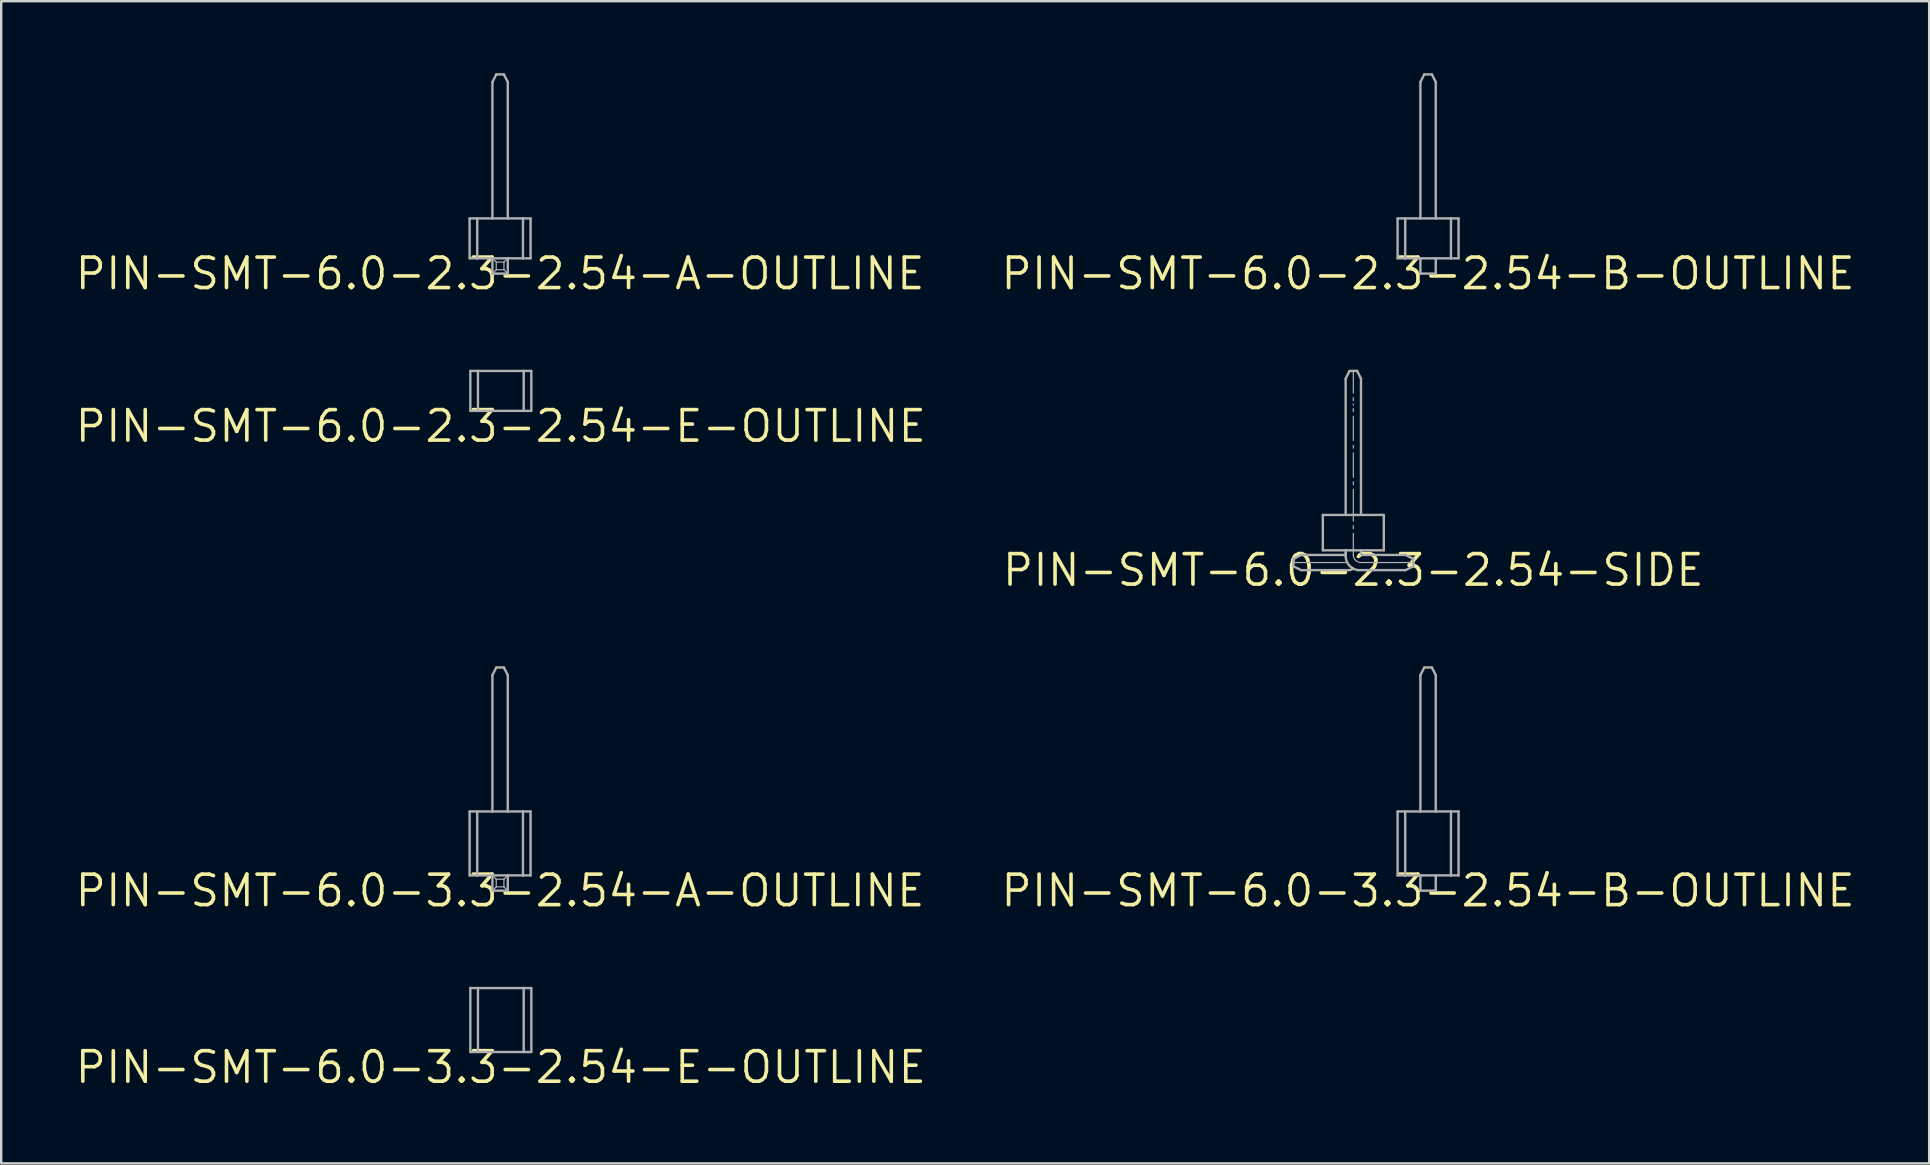
<source format=kicad_pcb>
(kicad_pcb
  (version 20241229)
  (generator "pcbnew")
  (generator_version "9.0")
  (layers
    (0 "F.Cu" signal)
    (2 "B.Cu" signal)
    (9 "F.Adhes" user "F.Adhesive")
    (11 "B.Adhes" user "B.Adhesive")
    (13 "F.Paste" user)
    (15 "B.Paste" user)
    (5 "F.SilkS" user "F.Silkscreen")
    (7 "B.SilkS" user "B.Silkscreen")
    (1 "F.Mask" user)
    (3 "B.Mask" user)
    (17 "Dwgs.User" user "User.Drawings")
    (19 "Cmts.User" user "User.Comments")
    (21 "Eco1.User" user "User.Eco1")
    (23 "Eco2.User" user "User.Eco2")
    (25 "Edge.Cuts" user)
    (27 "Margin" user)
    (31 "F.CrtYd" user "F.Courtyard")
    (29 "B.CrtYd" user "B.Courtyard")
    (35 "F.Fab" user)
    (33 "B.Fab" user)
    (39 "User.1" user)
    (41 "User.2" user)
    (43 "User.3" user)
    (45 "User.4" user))
  (footprint "PIN-SMT-6.0-3.3-2.54-A-OUTLINE"
    (layer "F.Cu")
    (at 17.787 34.062)
    (property "Reference" "PIN-SMT-6.0-3.3-2.54-A-OUTLINE" (at 0 0 0) (unlocked yes) (layer "F.SilkS") (effects (font (size 1.27 1.27) (thickness 0.15))))
    (fp_line (start -1.27 -3.3) (end -0.953 -3.3) (stroke (width 0.1) (type solid)) (layer "F.Fab"))
    (fp_line (start -1.27 -0.637) (end -1.27 -3.3) (stroke (width 0.1) (type solid)) (layer "F.Fab"))
    (fp_line (start -1.27 -0.637) (end -0.953 -0.637) (stroke (width 0.1) (type solid)) (layer "F.Fab"))
    (fp_line (start -0.953 -3.3) (end -0.32 -3.3) (stroke (width 0.1) (type solid)) (layer "F.Fab"))
    (fp_line (start -0.953 -0.637) (end -0.953 -3.3) (stroke (width 0.1) (type solid)) (layer "F.Fab"))
    (fp_line (start -0.32 -8.98) (end -0.159 -9.3) (stroke (width 0.1) (type solid)) (layer "F.Fab"))
    (fp_line (start -0.32 -3.3) (end -0.32 -8.98) (stroke (width 0.1) (type solid)) (layer "F.Fab"))
    (fp_line (start -0.32 -3.3) (end 0.32 -3.3) (stroke (width 0.1) (type solid)) (layer "F.Fab"))
    (fp_line (start -0.32 -0.637) (end -0.953 -0.637) (stroke (width 0.1) (type solid)) (layer "F.Fab"))
    (fp_line (start -0.32 -0.637) (end -0.32 0) (stroke (width 0.1) (type solid)) (layer "F.Fab"))
    (fp_line (start -0.32 0) (end -0.16 -0.16) (stroke (width 0.05) (type solid)) (layer "F.Fab"))
    (fp_line (start -0.32 0) (end 0.32 0) (stroke (width 0.1) (type solid)) (layer "F.Fab"))
    (fp_line (start -0.16 -0.48) (end -0.32 -0.637) (stroke (width 0.05) (type solid)) (layer "F.Fab"))
    (fp_line (start -0.16 -0.48) (end -0.16 -0.16) (stroke (width 0.05) (type solid)) (layer "F.Fab"))
    (fp_line (start -0.16 -0.16) (end 0.16 -0.16) (stroke (width 0.05) (type solid)) (layer "F.Fab"))
    (fp_line (start -0.159 -9.3) (end 0.159 -9.3) (stroke (width 0.1) (type solid)) (layer "F.Fab"))
    (fp_line (start 0.159 -9.3) (end 0.32 -8.98) (stroke (width 0.1) (type solid)) (layer "F.Fab"))
    (fp_line (start 0.16 -0.48) (end -0.16 -0.48) (stroke (width 0.05) (type solid)) (layer "F.Fab"))
    (fp_line (start 0.16 -0.48) (end 0.32 -0.637) (stroke (width 0.05) (type solid)) (layer "F.Fab"))
    (fp_line (start 0.16 -0.16) (end 0.16 -0.48) (stroke (width 0.05) (type solid)) (layer "F.Fab"))
    (fp_line (start 0.16 -0.16) (end 0.32 0) (stroke (width 0.05) (type solid)) (layer "F.Fab"))
    (fp_line (start 0.32 -3.3) (end 0.32 -8.98) (stroke (width 0.1) (type solid)) (layer "F.Fab"))
    (fp_line (start 0.32 -3.3) (end 0.953 -3.3) (stroke (width 0.1) (type solid)) (layer "F.Fab"))
    (fp_line (start 0.32 -0.637) (end -0.32 -0.637) (stroke (width 0.1) (type solid)) (layer "F.Fab"))
    (fp_line (start 0.32 0) (end 0.32 -0.637) (stroke (width 0.1) (type solid)) (layer "F.Fab"))
    (fp_line (start 0.953 -3.3) (end 1.27 -3.3) (stroke (width 0.1) (type solid)) (layer "F.Fab"))
    (fp_line (start 0.953 -0.637) (end 0.32 -0.637) (stroke (width 0.1) (type solid)) (layer "F.Fab"))
    (fp_line (start 0.953 -0.637) (end 0.953 -3.3) (stroke (width 0.1) (type solid)) (layer "F.Fab"))
    (fp_line (start 1.27 -3.3) (end 1.27 -0.637) (stroke (width 0.1) (type solid)) (layer "F.Fab"))
    (fp_line (start 1.27 -0.637) (end 0.953 -0.637) (stroke (width 0.1) (type solid)) (layer "F.Fab")))
  (footprint "PIN-SMT-6.0-3.3-2.54-E-OUTLINE"
    (layer "F.Cu")
    (at 17.818 41.419)
    (property "Reference" "PIN-SMT-6.0-3.3-2.54-E-OUTLINE" (at 0 0 0) (unlocked yes) (layer "F.SilkS") (effects (font (size 1.27 1.27) (thickness 0.15))))
    (fp_line (start -1.27 -3.3) (end -0.953 -3.3) (stroke (width 0.1) (type solid)) (layer "F.Fab"))
    (fp_line (start -1.27 -0.637) (end -1.27 -3.3) (stroke (width 0.1) (type solid)) (layer "F.Fab"))
    (fp_line (start -1.27 -0.637) (end -0.953 -0.637) (stroke (width 0.1) (type solid)) (layer "F.Fab"))
    (fp_line (start -0.953 -3.3) (end 0.953 -3.3) (stroke (width 0.1) (type solid)) (layer "F.Fab"))
    (fp_line (start -0.953 -0.637) (end -0.953 -3.3) (stroke (width 0.1) (type solid)) (layer "F.Fab"))
    (fp_line (start 0.953 -3.3) (end 1.27 -3.3) (stroke (width 0.1) (type solid)) (layer "F.Fab"))
    (fp_line (start 0.953 -0.637) (end -0.953 -0.637) (stroke (width 0.1) (type solid)) (layer "F.Fab"))
    (fp_line (start 0.953 -0.637) (end 0.953 -3.3) (stroke (width 0.1) (type solid)) (layer "F.Fab"))
    (fp_line (start 1.27 -3.3) (end 1.27 -0.637) (stroke (width 0.1) (type solid)) (layer "F.Fab"))
    (fp_line (start 1.27 -0.637) (end 0.953 -0.637) (stroke (width 0.1) (type solid)) (layer "F.Fab")))
  (footprint "PIN-SMT-6.0-2.3-2.54-B-OUTLINE"
    (layer "F.Cu")
    (at 56.453 8.35)
    (property "Reference" "PIN-SMT-6.0-2.3-2.54-B-OUTLINE" (at 0 0 0) (unlocked yes) (layer "F.SilkS") (effects (font (size 1.27 1.27) (thickness 0.15))))
    (fp_line (start -1.27 -2.3) (end -0.953 -2.3) (stroke (width 0.1) (type solid)) (layer "F.Fab"))
    (fp_line (start -1.27 -0.637) (end -1.27 -2.3) (stroke (width 0.1) (type solid)) (layer "F.Fab"))
    (fp_line (start -1.27 -0.637) (end -0.953 -0.637) (stroke (width 0.1) (type solid)) (layer "F.Fab"))
    (fp_line (start -0.953 -2.3) (end -0.32 -2.3) (stroke (width 0.1) (type solid)) (layer "F.Fab"))
    (fp_line (start -0.953 -0.637) (end -0.953 -2.3) (stroke (width 0.1) (type solid)) (layer "F.Fab"))
    (fp_line (start -0.32 -7.98) (end -0.159 -8.3) (stroke (width 0.1) (type solid)) (layer "F.Fab"))
    (fp_line (start -0.32 -2.3) (end -0.32 -7.98) (stroke (width 0.1) (type solid)) (layer "F.Fab"))
    (fp_line (start -0.32 -2.3) (end 0.32 -2.3) (stroke (width 0.1) (type solid)) (layer "F.Fab"))
    (fp_line (start -0.32 -0.637) (end -0.953 -0.637) (stroke (width 0.1) (type solid)) (layer "F.Fab"))
    (fp_line (start -0.32 -0.637) (end -0.32 0) (stroke (width 0.1) (type solid)) (layer "F.Fab"))
    (fp_line (start -0.32 0) (end 0.32 0) (stroke (width 0.1) (type solid)) (layer "F.Fab"))
    (fp_line (start -0.159 -8.3) (end 0.159 -8.3) (stroke (width 0.1) (type solid)) (layer "F.Fab"))
    (fp_line (start 0.159 -8.3) (end 0.32 -7.98) (stroke (width 0.1) (type solid)) (layer "F.Fab"))
    (fp_line (start 0.32 -2.3) (end 0.32 -7.98) (stroke (width 0.1) (type solid)) (layer "F.Fab"))
    (fp_line (start 0.32 -2.3) (end 0.953 -2.3) (stroke (width 0.1) (type solid)) (layer "F.Fab"))
    (fp_line (start 0.32 -0.637) (end -0.32 -0.637) (stroke (width 0.1) (type solid)) (layer "F.Fab"))
    (fp_line (start 0.32 0) (end 0.32 -0.637) (stroke (width 0.1) (type solid)) (layer "F.Fab"))
    (fp_line (start 0.953 -2.3) (end 1.27 -2.3) (stroke (width 0.1) (type solid)) (layer "F.Fab"))
    (fp_line (start 0.953 -0.637) (end 0.32 -0.637) (stroke (width 0.1) (type solid)) (layer "F.Fab"))
    (fp_line (start 0.953 -0.637) (end 0.953 -2.3) (stroke (width 0.1) (type solid)) (layer "F.Fab"))
    (fp_line (start 1.27 -2.3) (end 1.27 -0.637) (stroke (width 0.1) (type solid)) (layer "F.Fab"))
    (fp_line (start 1.27 -0.637) (end 0.953 -0.637) (stroke (width 0.1) (type solid)) (layer "F.Fab")))
  (footprint "PIN-SMT-6.0-2.3-2.54-SIDE"
    (layer "F.Cu")
    (at 53.338 20.706)
    (property "Reference" "PIN-SMT-6.0-2.3-2.54-SIDE" (at 0 0 0) (unlocked yes) (layer "F.SilkS") (effects (font (size 1.27 1.27) (thickness 0.15))))
    (fp_line (start -2.5 -0.468) (end -2.5 -0.16) (stroke (width 0.1) (type solid)) (layer "F.Fab"))
    (fp_line (start -2.5 -0.16) (end -2.175 0) (stroke (width 0.1) (type solid)) (layer "F.Fab"))
    (fp_line (start -2.175 -0.635) (end -2.5 -0.468) (stroke (width 0.1) (type solid)) (layer "F.Fab"))
    (fp_line (start -2.175 -0.635) (end -0.381 -0.635) (stroke (width 0.1) (type solid)) (layer "F.Fab"))
    (fp_line (start -1.27 -2.3) (end -0.32 -2.3) (stroke (width 0.1) (type solid)) (layer "F.Fab"))
    (fp_line (start -1.27 -0.826) (end -1.27 -2.3) (stroke (width 0.1) (type solid)) (layer "F.Fab"))
    (fp_line (start -1.27 -0.826) (end -0.318 -0.826) (stroke (width 0.1) (type solid)) (layer "F.Fab"))
    (fp_line (start -0.32 -7.979) (end -0.159 -8.3) (stroke (width 0.1) (type solid)) (layer "F.Fab"))
    (fp_line (start -0.32 -2.3) (end -0.32 -7.979) (stroke (width 0.1) (type solid)) (layer "F.Fab"))
    (fp_line (start -0.32 -2.3) (end 0.32 -2.3) (stroke (width 0.1) (type solid)) (layer "F.Fab"))
    (fp_line (start -0.318 -0.826) (end -0.318 -0.699) (stroke (width 0.1) (type solid)) (layer "F.Fab"))
    (fp_line (start -0.318 -0.572) (end -0.318 -0.699) (stroke (width 0.1) (type solid)) (layer "F.Fab"))
    (fp_line (start -0.267 -0.318) (end -2.5 -0.318) (stroke (width 0.05) (type solid)) (layer "F.Fab"))
    (fp_line (start -0.191 0) (end -2.175 0) (stroke (width 0.1) (type solid)) (layer "F.Fab"))
    (fp_line (start -0.159 -8.3) (end 0 -8.3) (stroke (width 0.1) (type solid)) (layer "F.Fab"))
    (fp_line (start 0 -8.3) (end 0.159 -8.3) (stroke (width 0.1) (type solid)) (layer "F.Fab"))
    (fp_line (start 0 -7.379) (end 0 -8.3) (stroke (width 0.05) (type solid)) (layer "F.Fab"))
    (fp_line (start 0 -7.189) (end 0 -7.061) (stroke (width 0.05) (type solid)) (layer "F.Fab"))
    (fp_line (start 0 -6.921) (end 0 -6.871) (stroke (width 0.05) (type solid)) (layer "F.Fab"))
    (fp_line (start 0 -6.731) (end 0 -6.604) (stroke (width 0.05) (type solid)) (layer "F.Fab"))
    (fp_line (start 0 -5.397) (end 0 -6.413) (stroke (width 0.05) (type solid)) (layer "F.Fab"))
    (fp_line (start 0 -5.207) (end 0 -5.08) (stroke (width 0.05) (type solid)) (layer "F.Fab"))
    (fp_line (start 0 -3.873) (end 0 -4.889) (stroke (width 0.05) (type solid)) (layer "F.Fab"))
    (fp_line (start 0 -3.683) (end 0 -3.556) (stroke (width 0.05) (type solid)) (layer "F.Fab"))
    (fp_line (start 0 -2.045) (end 0 -3.365) (stroke (width 0.05) (type solid)) (layer "F.Fab"))
    (fp_line (start 0 -1.854) (end 0 -1.727) (stroke (width 0.05) (type solid)) (layer "F.Fab"))
    (fp_line (start 0 -0.826) (end -0.318 -0.826) (stroke (width 0.1) (type solid)) (layer "F.Fab"))
    (fp_line (start 0 -0.826) (end 0 -1.537) (stroke (width 0.05) (type solid)) (layer "F.Fab"))
    (fp_line (start 0 -0.826) (end 0 -0.635) (stroke (width 0.05) (type solid)) (layer "F.Fab"))
    (fp_line (start 0.159 -8.3) (end 0.32 -7.979) (stroke (width 0.1) (type solid)) (layer "F.Fab"))
    (fp_line (start 0.191 0) (end 2.175 0) (stroke (width 0.1) (type solid)) (layer "F.Fab"))
    (fp_line (start 0.318 -0.826) (end 0 -0.826) (stroke (width 0.1) (type solid)) (layer "F.Fab"))
    (fp_line (start 0.318 -0.826) (end 0.318 -0.699) (stroke (width 0.1) (type solid)) (layer "F.Fab"))
    (fp_line (start 0.318 -0.318) (end 2.5 -0.318) (stroke (width 0.05) (type solid)) (layer "F.Fab"))
    (fp_line (start 0.32 -2.3) (end 0.32 -7.979) (stroke (width 0.1) (type solid)) (layer "F.Fab"))
    (fp_line (start 0.32 -2.3) (end 1.27 -2.3) (stroke (width 0.1) (type solid)) (layer "F.Fab"))
    (fp_line (start 1.27 -2.3) (end 1.27 -0.826) (stroke (width 0.1) (type solid)) (layer "F.Fab"))
    (fp_line (start 1.27 -0.826) (end 0.318 -0.826) (stroke (width 0.1) (type solid)) (layer "F.Fab"))
    (fp_line (start 2.175 -0.635) (end 0.381 -0.635) (stroke (width 0.1) (type solid)) (layer "F.Fab"))
    (fp_line (start 2.175 -0.635) (end 2.5 -0.468) (stroke (width 0.1) (type solid)) (layer "F.Fab"))
    (fp_line (start 2.5 -0.468) (end 2.5 -0.318) (stroke (width 0.1) (type solid)) (layer "F.Fab"))
    (fp_line (start 2.5 -0.318) (end 2.5 -0.16) (stroke (width 0.1) (type solid)) (layer "F.Fab"))
    (fp_line (start 2.5 -0.16) (end 2.175 0) (stroke (width 0.1) (type solid)) (layer "F.Fab"))
    (fp_arc (start -0.3175 -0.6985) (mid -0.336099 -0.653599) (end -0.381 -0.635) (stroke (width 0.1) (type solid)) (layer "F.Fab"))
    (fp_arc (start 0 -0.063499) (mid -0.090098 -0.016292) (end -0.1905 0) (stroke (width 0.1) (type solid)) (layer "F.Fab"))
    (fp_arc (start 0.1905 0) (mid -0.166956 -0.193789) (end -0.3175 -0.5715) (stroke (width 0.1) (type solid)) (layer "F.Fab"))
    (fp_arc (start 0.3175 -0.3175) (mid 0.092994 -0.410494) (end 0 -0.635) (stroke (width 0.05) (type solid)) (layer "F.Fab"))
    (fp_arc (start 0.381 -0.635) (mid 0.336099 -0.653599) (end 0.3175 -0.6985) (stroke (width 0.1) (type solid)) (layer "F.Fab")))
  (footprint "PIN-SMT-6.0-2.3-2.54-E-OUTLINE"
    (layer "F.Cu")
    (at 17.818 14.706)
    (property "Reference" "PIN-SMT-6.0-2.3-2.54-E-OUTLINE" (at 0 0 0) (unlocked yes) (layer "F.SilkS") (effects (font (size 1.27 1.27) (thickness 0.15))))
    (fp_line (start -1.27 -2.3) (end -0.953 -2.3) (stroke (width 0.1) (type solid)) (layer "F.Fab"))
    (fp_line (start -1.27 -0.637) (end -1.27 -2.3) (stroke (width 0.1) (type solid)) (layer "F.Fab"))
    (fp_line (start -1.27 -0.637) (end -0.953 -0.637) (stroke (width 0.1) (type solid)) (layer "F.Fab"))
    (fp_line (start -0.953 -2.3) (end 0.953 -2.3) (stroke (width 0.1) (type solid)) (layer "F.Fab"))
    (fp_line (start -0.953 -0.637) (end -0.953 -2.3) (stroke (width 0.1) (type solid)) (layer "F.Fab"))
    (fp_line (start 0.953 -2.3) (end 1.27 -2.3) (stroke (width 0.1) (type solid)) (layer "F.Fab"))
    (fp_line (start 0.953 -0.637) (end -0.953 -0.637) (stroke (width 0.1) (type solid)) (layer "F.Fab"))
    (fp_line (start 0.953 -0.637) (end 0.953 -2.3) (stroke (width 0.1) (type solid)) (layer "F.Fab"))
    (fp_line (start 1.27 -2.3) (end 1.27 -0.637) (stroke (width 0.1) (type solid)) (layer "F.Fab"))
    (fp_line (start 1.27 -0.637) (end 0.953 -0.637) (stroke (width 0.1) (type solid)) (layer "F.Fab")))
  (footprint "PIN-SMT-6.0-3.3-2.54-B-OUTLINE"
    (layer "F.Cu")
    (at 56.453 34.062)
    (property "Reference" "PIN-SMT-6.0-3.3-2.54-B-OUTLINE" (at 0 0 0) (unlocked yes) (layer "F.SilkS") (effects (font (size 1.27 1.27) (thickness 0.15))))
    (fp_line (start -1.27 -3.3) (end -0.953 -3.3) (stroke (width 0.1) (type solid)) (layer "F.Fab"))
    (fp_line (start -1.27 -0.637) (end -1.27 -3.3) (stroke (width 0.1) (type solid)) (layer "F.Fab"))
    (fp_line (start -1.27 -0.637) (end -0.953 -0.637) (stroke (width 0.1) (type solid)) (layer "F.Fab"))
    (fp_line (start -0.953 -3.3) (end -0.32 -3.3) (stroke (width 0.1) (type solid)) (layer "F.Fab"))
    (fp_line (start -0.953 -0.637) (end -0.953 -3.3) (stroke (width 0.1) (type solid)) (layer "F.Fab"))
    (fp_line (start -0.32 -8.98) (end -0.159 -9.3) (stroke (width 0.1) (type solid)) (layer "F.Fab"))
    (fp_line (start -0.32 -3.3) (end -0.32 -8.98) (stroke (width 0.1) (type solid)) (layer "F.Fab"))
    (fp_line (start -0.32 -3.3) (end 0.32 -3.3) (stroke (width 0.1) (type solid)) (layer "F.Fab"))
    (fp_line (start -0.32 -0.637) (end -0.953 -0.637) (stroke (width 0.1) (type solid)) (layer "F.Fab"))
    (fp_line (start -0.32 -0.637) (end -0.32 0) (stroke (width 0.1) (type solid)) (layer "F.Fab"))
    (fp_line (start -0.32 0) (end 0.32 0) (stroke (width 0.1) (type solid)) (layer "F.Fab"))
    (fp_line (start -0.159 -9.3) (end 0.159 -9.3) (stroke (width 0.1) (type solid)) (layer "F.Fab"))
    (fp_line (start 0.159 -9.3) (end 0.32 -8.98) (stroke (width 0.1) (type solid)) (layer "F.Fab"))
    (fp_line (start 0.32 -3.3) (end 0.32 -8.98) (stroke (width 0.1) (type solid)) (layer "F.Fab"))
    (fp_line (start 0.32 -3.3) (end 0.953 -3.3) (stroke (width 0.1) (type solid)) (layer "F.Fab"))
    (fp_line (start 0.32 -0.637) (end -0.32 -0.637) (stroke (width 0.1) (type solid)) (layer "F.Fab"))
    (fp_line (start 0.32 0) (end 0.32 -0.637) (stroke (width 0.1) (type solid)) (layer "F.Fab"))
    (fp_line (start 0.953 -3.3) (end 1.27 -3.3) (stroke (width 0.1) (type solid)) (layer "F.Fab"))
    (fp_line (start 0.953 -0.637) (end 0.32 -0.637) (stroke (width 0.1) (type solid)) (layer "F.Fab"))
    (fp_line (start 0.953 -0.637) (end 0.953 -3.3) (stroke (width 0.1) (type solid)) (layer "F.Fab"))
    (fp_line (start 1.27 -3.3) (end 1.27 -0.637) (stroke (width 0.1) (type solid)) (layer "F.Fab"))
    (fp_line (start 1.27 -0.637) (end 0.953 -0.637) (stroke (width 0.1) (type solid)) (layer "F.Fab")))
  (footprint "PIN-SMT-6.0-2.3-2.54-A-OUTLINE"
    (layer "F.Cu")
    (at 17.787 8.35)
    (property "Reference" "PIN-SMT-6.0-2.3-2.54-A-OUTLINE" (at 0 0 0) (unlocked yes) (layer "F.SilkS") (effects (font (size 1.27 1.27) (thickness 0.15))))
    (fp_line (start -1.27 -2.3) (end -0.953 -2.3) (stroke (width 0.1) (type solid)) (layer "F.Fab"))
    (fp_line (start -1.27 -0.637) (end -1.27 -2.3) (stroke (width 0.1) (type solid)) (layer "F.Fab"))
    (fp_line (start -1.27 -0.637) (end -0.953 -0.637) (stroke (width 0.1) (type solid)) (layer "F.Fab"))
    (fp_line (start -0.953 -2.3) (end -0.32 -2.3) (stroke (width 0.1) (type solid)) (layer "F.Fab"))
    (fp_line (start -0.953 -0.637) (end -0.953 -2.3) (stroke (width 0.1) (type solid)) (layer "F.Fab"))
    (fp_line (start -0.32 -7.98) (end -0.159 -8.3) (stroke (width 0.1) (type solid)) (layer "F.Fab"))
    (fp_line (start -0.32 -2.3) (end -0.32 -7.98) (stroke (width 0.1) (type solid)) (layer "F.Fab"))
    (fp_line (start -0.32 -2.3) (end 0.32 -2.3) (stroke (width 0.1) (type solid)) (layer "F.Fab"))
    (fp_line (start -0.32 -0.637) (end -0.953 -0.637) (stroke (width 0.1) (type solid)) (layer "F.Fab"))
    (fp_line (start -0.32 -0.637) (end -0.32 0) (stroke (width 0.1) (type solid)) (layer "F.Fab"))
    (fp_line (start -0.32 0) (end -0.16 -0.16) (stroke (width 0.05) (type solid)) (layer "F.Fab"))
    (fp_line (start -0.32 0) (end 0.32 0) (stroke (width 0.1) (type solid)) (layer "F.Fab"))
    (fp_line (start -0.16 -0.48) (end -0.32 -0.637) (stroke (width 0.05) (type solid)) (layer "F.Fab"))
    (fp_line (start -0.16 -0.48) (end -0.16 -0.16) (stroke (width 0.05) (type solid)) (layer "F.Fab"))
    (fp_line (start -0.16 -0.16) (end 0.16 -0.16) (stroke (width 0.05) (type solid)) (layer "F.Fab"))
    (fp_line (start -0.159 -8.3) (end 0.159 -8.3) (stroke (width 0.1) (type solid)) (layer "F.Fab"))
    (fp_line (start 0.159 -8.3) (end 0.32 -7.98) (stroke (width 0.1) (type solid)) (layer "F.Fab"))
    (fp_line (start 0.16 -0.48) (end -0.16 -0.48) (stroke (width 0.05) (type solid)) (layer "F.Fab"))
    (fp_line (start 0.16 -0.48) (end 0.32 -0.637) (stroke (width 0.05) (type solid)) (layer "F.Fab"))
    (fp_line (start 0.16 -0.16) (end 0.16 -0.48) (stroke (width 0.05) (type solid)) (layer "F.Fab"))
    (fp_line (start 0.16 -0.16) (end 0.32 0) (stroke (width 0.05) (type solid)) (layer "F.Fab"))
    (fp_line (start 0.32 -2.3) (end 0.32 -7.98) (stroke (width 0.1) (type solid)) (layer "F.Fab"))
    (fp_line (start 0.32 -2.3) (end 0.953 -2.3) (stroke (width 0.1) (type solid)) (layer "F.Fab"))
    (fp_line (start 0.32 -0.637) (end -0.32 -0.637) (stroke (width 0.1) (type solid)) (layer "F.Fab"))
    (fp_line (start 0.32 0) (end 0.32 -0.637) (stroke (width 0.1) (type solid)) (layer "F.Fab"))
    (fp_line (start 0.953 -2.3) (end 1.27 -2.3) (stroke (width 0.1) (type solid)) (layer "F.Fab"))
    (fp_line (start 0.953 -0.637) (end 0.32 -0.637) (stroke (width 0.1) (type solid)) (layer "F.Fab"))
    (fp_line (start 0.953 -0.637) (end 0.953 -2.3) (stroke (width 0.1) (type solid)) (layer "F.Fab"))
    (fp_line (start 1.27 -2.3) (end 1.27 -0.637) (stroke (width 0.1) (type solid)) (layer "F.Fab"))
    (fp_line (start 1.27 -0.637) (end 0.953 -0.637) (stroke (width 0.1) (type solid)) (layer "F.Fab")))
  (gr_rect
    (start -3 -3)
    (end 77.331 45.425)
    (stroke (width 0.1) (type default))
    (fill no)
    (layer "Edge.Cuts")))
</source>
